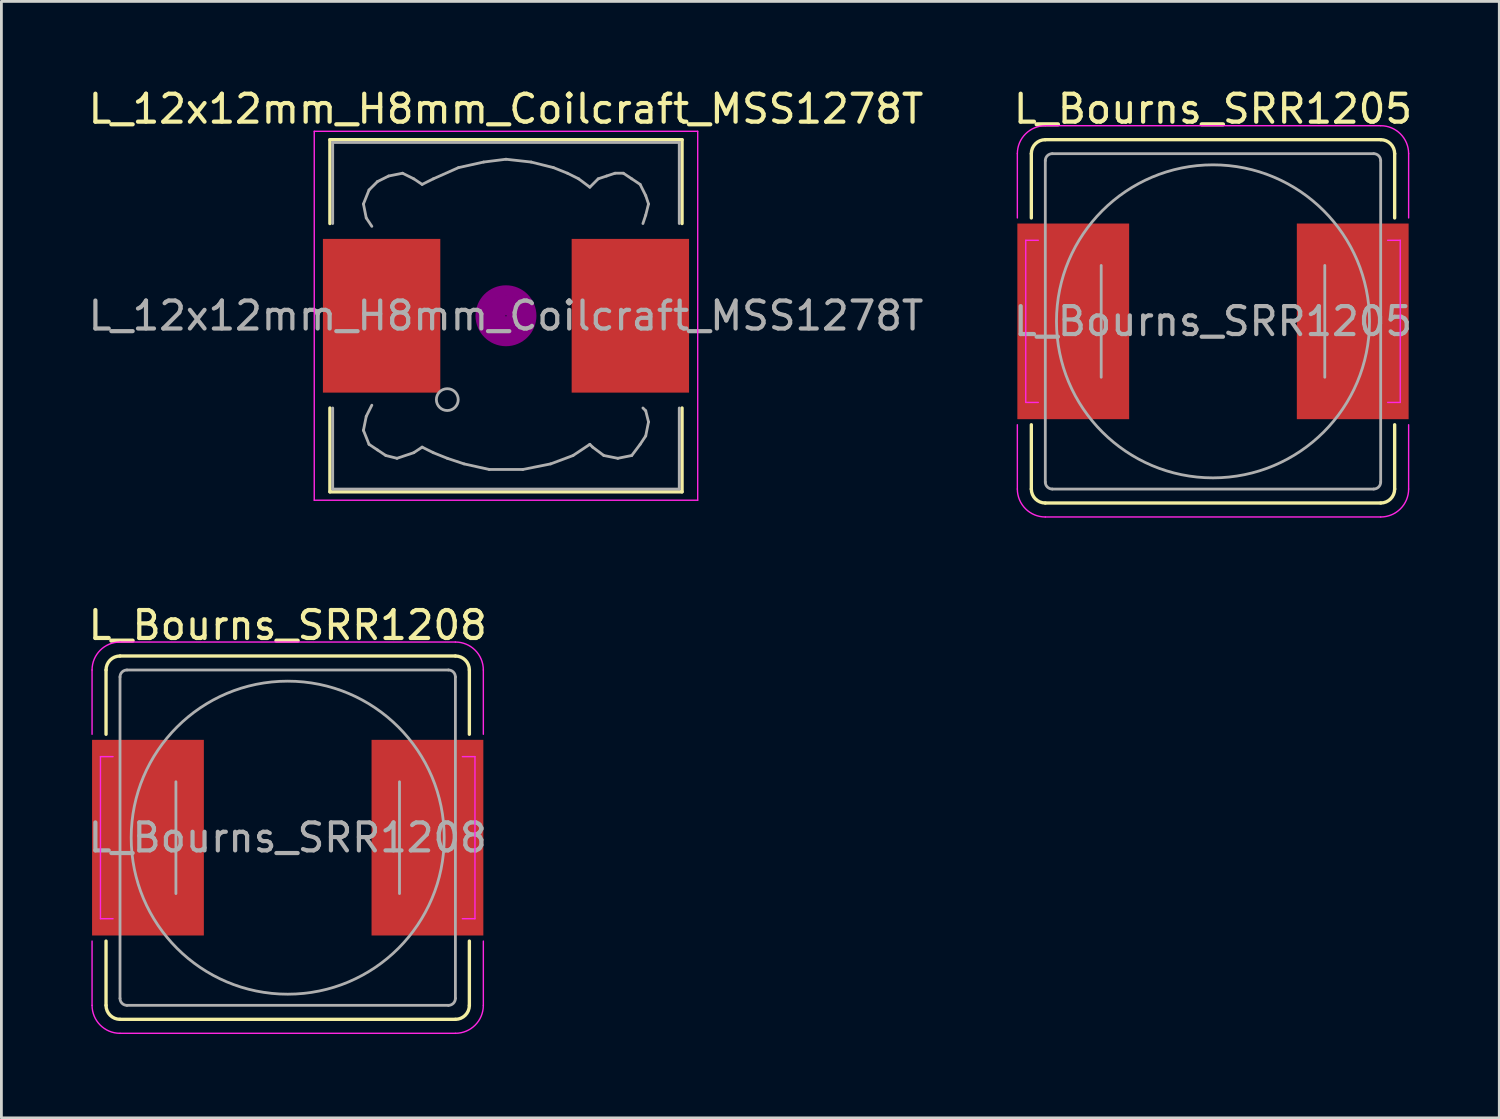
<source format=kicad_pcb>
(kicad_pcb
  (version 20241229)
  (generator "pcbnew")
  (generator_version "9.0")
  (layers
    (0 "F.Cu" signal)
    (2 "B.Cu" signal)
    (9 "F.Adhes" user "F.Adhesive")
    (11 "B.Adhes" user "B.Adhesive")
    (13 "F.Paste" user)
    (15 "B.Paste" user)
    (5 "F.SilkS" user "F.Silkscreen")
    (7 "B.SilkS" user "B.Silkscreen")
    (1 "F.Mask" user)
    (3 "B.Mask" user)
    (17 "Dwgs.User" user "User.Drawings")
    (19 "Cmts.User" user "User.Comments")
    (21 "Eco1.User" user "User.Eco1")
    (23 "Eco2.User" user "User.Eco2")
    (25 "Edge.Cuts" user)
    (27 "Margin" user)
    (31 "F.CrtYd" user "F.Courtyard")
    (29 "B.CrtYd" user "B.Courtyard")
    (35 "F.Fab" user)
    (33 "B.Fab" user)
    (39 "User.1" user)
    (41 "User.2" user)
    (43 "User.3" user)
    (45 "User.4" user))
  (footprint "L_Bourns_SRR1205"
    (layer "F.Cu")
    (at 40.351 8.448)
    (property "Reference" "L_Bourns_SRR1205" (at 0 -7.6 0) (layer "F.SilkS") (effects (font (size 1 1) (thickness 0.15))))
    (attr smd)
    (fp_line (start -6.5 -6) (end -6.5 -3.7) (stroke (width 0.12) (type solid)) (layer "F.SilkS"))
    (fp_line (start -6.5 3.7) (end -6.5 6) (stroke (width 0.12) (type solid)) (layer "F.SilkS"))
    (fp_line (start -6 -6.5) (end 6 -6.5) (stroke (width 0.12) (type solid)) (layer "F.SilkS"))
    (fp_line (start 6 6.5) (end -6 6.5) (stroke (width 0.12) (type solid)) (layer "F.SilkS"))
    (fp_line (start 6.5 -6) (end 6.5 -3.7) (stroke (width 0.12) (type solid)) (layer "F.SilkS"))
    (fp_line (start 6.5 3.7) (end 6.5 6) (stroke (width 0.12) (type solid)) (layer "F.SilkS"))
    (fp_arc (start -6.5 -6) (mid -6.353553 -6.353553) (end -6 -6.5) (stroke (width 0.12) (type solid)) (layer "F.SilkS"))
    (fp_arc (start -6 6.5) (mid -6.353553 6.353553) (end -6.5 6) (stroke (width 0.12) (type solid)) (layer "F.SilkS"))
    (fp_arc (start 6 -6.5) (mid 6.353553 -6.353553) (end 6.5 -6) (stroke (width 0.12) (type solid)) (layer "F.SilkS"))
    (fp_arc (start 6.5 6) (mid 6.353553 6.353553) (end 6 6.5) (stroke (width 0.12) (type solid)) (layer "F.SilkS"))
    (fp_line (start -7 -6) (end -7 -3.7) (stroke (width 0.05) (type solid)) (layer "F.CrtYd"))
    (fp_line (start -7 6) (end -7 3.7) (stroke (width 0.05) (type solid)) (layer "F.CrtYd"))
    (fp_line (start -6.7 -2.9) (end -6.7 2.9) (stroke (width 0.05) (type solid)) (layer "F.CrtYd"))
    (fp_line (start -6.7 -2.9) (end -6.25 -2.9) (stroke (width 0.05) (type solid)) (layer "F.CrtYd"))
    (fp_line (start -6.25 2.9) (end -6.7 2.9) (stroke (width 0.05) (type solid)) (layer "F.CrtYd"))
    (fp_line (start -6 -7) (end 6 -7) (stroke (width 0.05) (type solid)) (layer "F.CrtYd"))
    (fp_line (start 6 7) (end -6 7) (stroke (width 0.05) (type solid)) (layer "F.CrtYd"))
    (fp_line (start 6.7 -2.9) (end 6.25 -2.9) (stroke (width 0.05) (type solid)) (layer "F.CrtYd"))
    (fp_line (start 6.7 -2.9) (end 6.7 2.9) (stroke (width 0.05) (type solid)) (layer "F.CrtYd"))
    (fp_line (start 6.7 2.9) (end 6.25 2.9) (stroke (width 0.05) (type solid)) (layer "F.CrtYd"))
    (fp_line (start 7 -6) (end 7 -3.7) (stroke (width 0.05) (type solid)) (layer "F.CrtYd"))
    (fp_line (start 7 3.7) (end 7 6) (stroke (width 0.05) (type solid)) (layer "F.CrtYd"))
    (fp_arc (start -7 -6) (mid -6.707107 -6.707107) (end -6 -7) (stroke (width 0.05) (type solid)) (layer "F.CrtYd"))
    (fp_arc (start -6 7) (mid -6.707107 6.707107) (end -7 6) (stroke (width 0.05) (type solid)) (layer "F.CrtYd"))
    (fp_arc (start 6 -7) (mid 6.707107 -6.707107) (end 7 -6) (stroke (width 0.05) (type solid)) (layer "F.CrtYd"))
    (fp_arc (start 7 6) (mid 6.707107 6.707107) (end 6 7) (stroke (width 0.05) (type solid)) (layer "F.CrtYd"))
    (fp_line (start -6 -5.75) (end -6 5.75) (stroke (width 0.1) (type solid)) (layer "F.Fab"))
    (fp_line (start -5.75 -6) (end 5.75 -6) (stroke (width 0.1) (type solid)) (layer "F.Fab"))
    (fp_line (start -4 2) (end -4 -2) (stroke (width 0.1) (type solid)) (layer "F.Fab"))
    (fp_line (start 4 -2) (end 4 2) (stroke (width 0.1) (type solid)) (layer "F.Fab"))
    (fp_line (start 5.75 6) (end -5.75 6) (stroke (width 0.1) (type solid)) (layer "F.Fab"))
    (fp_line (start 6 -5.75) (end 6 5.75) (stroke (width 0.1) (type solid)) (layer "F.Fab"))
    (fp_arc (start -6 -5.75) (mid -5.926777 -5.926777) (end -5.75 -6) (stroke (width 0.1) (type solid)) (layer "F.Fab"))
    (fp_arc (start -5.75 6) (mid -5.926777 5.926777) (end -6 5.75) (stroke (width 0.1) (type solid)) (layer "F.Fab"))
    (fp_arc (start 5.75 -6) (mid 5.926777 -5.926777) (end 6 -5.75) (stroke (width 0.1) (type solid)) (layer "F.Fab"))
    (fp_arc (start 6 5.75) (mid 5.926777 5.926777) (end 5.75 6) (stroke (width 0.1) (type solid)) (layer "F.Fab"))
    (fp_circle (center 0 0) (end 0 -5.6) (stroke (width 0.1) (type solid)) (fill no) (layer "F.Fab"))
    (fp_text user "${REFERENCE}" (at 0 0 0) (layer "F.Fab") (effects (font (size 1 1) (thickness 0.15))))
    (pad "1" smd rect (at -5 0) (size 4 7) (layers "F.Cu" "F.Mask" "F.Paste"))
    (pad "2" smd rect (at 5 0) (size 4 7) (layers "F.Cu" "F.Mask" "F.Paste")))
  (footprint "L_12x12mm_H8mm_Coilcraft_MSS1278T"
    (layer "F.Cu")
    (at 15.054 8.248)
    (property "Reference" "L_12x12mm_H8mm_Coilcraft_MSS1278T" (at 0 -7.4 0) (layer "F.SilkS") (effects (font (size 1 1) (thickness 0.15))))
    (attr smd)
    (fp_line (start -6.3 -6.3) (end 6.3 -6.3) (stroke (width 0.12) (type solid)) (layer "F.SilkS"))
    (fp_line (start -6.3 -3.3) (end -6.3 -6.3) (stroke (width 0.12) (type solid)) (layer "F.SilkS"))
    (fp_line (start -6.3 6.3) (end -6.3 3.3) (stroke (width 0.12) (type solid)) (layer "F.SilkS"))
    (fp_line (start 6.3 -6.3) (end 6.3 -3.3) (stroke (width 0.12) (type solid)) (layer "F.SilkS"))
    (fp_line (start 6.3 3.3) (end 6.3 6.3) (stroke (width 0.12) (type solid)) (layer "F.SilkS"))
    (fp_line (start 6.3 6.3) (end -6.3 6.3) (stroke (width 0.12) (type solid)) (layer "F.SilkS"))
    (fp_circle (center 0 0) (end 0.15 0.15) (stroke (width 0.38) (type solid)) (fill no) (layer "F.Adhes"))
    (fp_circle (center 0 0) (end 0.55 0) (stroke (width 0.38) (type solid)) (fill no) (layer "F.Adhes"))
    (fp_circle (center 0 0) (end 0.9 0) (stroke (width 0.38) (type solid)) (fill no) (layer "F.Adhes"))
    (fp_line (start -6.86 -6.6) (end 6.86 -6.6) (stroke (width 0.05) (type solid)) (layer "F.CrtYd"))
    (fp_line (start -6.86 6.6) (end -6.86 -6.6) (stroke (width 0.05) (type solid)) (layer "F.CrtYd"))
    (fp_line (start 6.86 -6.6) (end 6.86 6.6) (stroke (width 0.05) (type solid)) (layer "F.CrtYd"))
    (fp_line (start 6.86 6.6) (end -6.86 6.6) (stroke (width 0.05) (type solid)) (layer "F.CrtYd"))
    (fp_line (start -6.2 -6.2) (end -6.2 -3.3) (stroke (width 0.1) (type solid)) (layer "F.Fab"))
    (fp_line (start -6.2 3.3) (end -6.2 6.2) (stroke (width 0.1) (type solid)) (layer "F.Fab"))
    (fp_line (start -6.2 6.2) (end 6.2 6.2) (stroke (width 0.1) (type solid)) (layer "F.Fab"))
    (fp_line (start -5.1 -4) (end -5 -3.5) (stroke (width 0.1) (type solid)) (layer "F.Fab"))
    (fp_line (start -5.1 4.1) (end -5 3.6) (stroke (width 0.1) (type solid)) (layer "F.Fab"))
    (fp_line (start -5 -3.5) (end -4.8 -3.2) (stroke (width 0.1) (type solid)) (layer "F.Fab"))
    (fp_line (start -5 3.6) (end -4.8 3.2) (stroke (width 0.1) (type solid)) (layer "F.Fab"))
    (fp_line (start -4.9 -4.5) (end -5.1 -4) (stroke (width 0.1) (type solid)) (layer "F.Fab"))
    (fp_line (start -4.9 4.6) (end -5.1 4.1) (stroke (width 0.1) (type solid)) (layer "F.Fab"))
    (fp_line (start -4.6 -4.8) (end -4.9 -4.5) (stroke (width 0.1) (type solid)) (layer "F.Fab"))
    (fp_line (start -4.6 4.8) (end -4.9 4.6) (stroke (width 0.1) (type solid)) (layer "F.Fab"))
    (fp_line (start -4.3 5) (end -4.6 4.8) (stroke (width 0.1) (type solid)) (layer "F.Fab"))
    (fp_line (start -4.2 -5) (end -4.6 -4.8) (stroke (width 0.1) (type solid)) (layer "F.Fab"))
    (fp_line (start -3.9 5.1) (end -4.3 5) (stroke (width 0.1) (type solid)) (layer "F.Fab"))
    (fp_line (start -3.7 -5.1) (end -4.2 -5) (stroke (width 0.1) (type solid)) (layer "F.Fab"))
    (fp_line (start -3.3 -4.9) (end -3.7 -5.1) (stroke (width 0.1) (type solid)) (layer "F.Fab"))
    (fp_line (start -3.3 4.9) (end -3.9 5.1) (stroke (width 0.1) (type solid)) (layer "F.Fab"))
    (fp_line (start -3 -4.7) (end -3.3 -4.9) (stroke (width 0.1) (type solid)) (layer "F.Fab"))
    (fp_line (start -3 4.7) (end -3.3 4.9) (stroke (width 0.1) (type solid)) (layer "F.Fab"))
    (fp_line (start -2.6 -4.9) (end -3 -4.7) (stroke (width 0.1) (type solid)) (layer "F.Fab"))
    (fp_line (start -2.6 4.9) (end -3 4.7) (stroke (width 0.1) (type solid)) (layer "F.Fab"))
    (fp_line (start -2.1 5.1) (end -2.6 4.9) (stroke (width 0.1) (type solid)) (layer "F.Fab"))
    (fp_line (start -1.7 -5.3) (end -2.6 -4.9) (stroke (width 0.1) (type solid)) (layer "F.Fab"))
    (fp_line (start -1.5 5.3) (end -2.1 5.1) (stroke (width 0.1) (type solid)) (layer "F.Fab"))
    (fp_line (start -0.8 -5.5) (end -1.7 -5.3) (stroke (width 0.1) (type solid)) (layer "F.Fab"))
    (fp_line (start -0.6 5.5) (end -1.5 5.3) (stroke (width 0.1) (type solid)) (layer "F.Fab"))
    (fp_line (start 0 -5.6) (end -0.8 -5.5) (stroke (width 0.1) (type solid)) (layer "F.Fab"))
    (fp_line (start 0.6 5.5) (end -0.6 5.5) (stroke (width 0.1) (type solid)) (layer "F.Fab"))
    (fp_line (start 0.9 -5.5) (end 0 -5.6) (stroke (width 0.1) (type solid)) (layer "F.Fab"))
    (fp_line (start 1.6 5.3) (end 0.6 5.5) (stroke (width 0.1) (type solid)) (layer "F.Fab"))
    (fp_line (start 1.7 -5.3) (end 0.9 -5.5) (stroke (width 0.1) (type solid)) (layer "F.Fab"))
    (fp_line (start 2.2 -5.1) (end 1.7 -5.3) (stroke (width 0.1) (type solid)) (layer "F.Fab"))
    (fp_line (start 2.4 5) (end 1.6 5.3) (stroke (width 0.1) (type solid)) (layer "F.Fab"))
    (fp_line (start 2.6 -4.9) (end 2.2 -5.1) (stroke (width 0.1) (type solid)) (layer "F.Fab"))
    (fp_line (start 3 -4.6) (end 2.6 -4.9) (stroke (width 0.1) (type solid)) (layer "F.Fab"))
    (fp_line (start 3 4.6) (end 2.4 5) (stroke (width 0.1) (type solid)) (layer "F.Fab"))
    (fp_line (start 3.1 4.7) (end 3 4.6) (stroke (width 0.1) (type solid)) (layer "F.Fab"))
    (fp_line (start 3.3 -4.9) (end 3 -4.6) (stroke (width 0.1) (type solid)) (layer "F.Fab"))
    (fp_line (start 3.5 5) (end 3.1 4.7) (stroke (width 0.1) (type solid)) (layer "F.Fab"))
    (fp_line (start 3.6 -5) (end 3.3 -4.9) (stroke (width 0.1) (type solid)) (layer "F.Fab"))
    (fp_line (start 3.9 -5.1) (end 3.6 -5) (stroke (width 0.1) (type solid)) (layer "F.Fab"))
    (fp_line (start 4 5.1) (end 3.5 5) (stroke (width 0.1) (type solid)) (layer "F.Fab"))
    (fp_line (start 4.2 -5.1) (end 3.9 -5.1) (stroke (width 0.1) (type solid)) (layer "F.Fab"))
    (fp_line (start 4.5 -4.9) (end 4.2 -5.1) (stroke (width 0.1) (type solid)) (layer "F.Fab"))
    (fp_line (start 4.5 5) (end 4 5.1) (stroke (width 0.1) (type solid)) (layer "F.Fab"))
    (fp_line (start 4.8 -4.7) (end 4.5 -4.9) (stroke (width 0.1) (type solid)) (layer "F.Fab"))
    (fp_line (start 4.8 4.6) (end 4.5 5) (stroke (width 0.1) (type solid)) (layer "F.Fab"))
    (fp_line (start 4.9 -3.3) (end 5 -3.6) (stroke (width 0.1) (type solid)) (layer "F.Fab"))
    (fp_line (start 4.9 3.3) (end 5 3.4) (stroke (width 0.1) (type solid)) (layer "F.Fab"))
    (fp_line (start 5 -4.3) (end 4.8 -4.7) (stroke (width 0.1) (type solid)) (layer "F.Fab"))
    (fp_line (start 5 -3.6) (end 5.1 -4) (stroke (width 0.1) (type solid)) (layer "F.Fab"))
    (fp_line (start 5 3.4) (end 5.1 3.8) (stroke (width 0.1) (type solid)) (layer "F.Fab"))
    (fp_line (start 5 4.3) (end 4.8 4.6) (stroke (width 0.1) (type solid)) (layer "F.Fab"))
    (fp_line (start 5.1 -4) (end 5 -4.3) (stroke (width 0.1) (type solid)) (layer "F.Fab"))
    (fp_line (start 5.1 3.8) (end 5 4.3) (stroke (width 0.1) (type solid)) (layer "F.Fab"))
    (fp_line (start 6.2 -6.2) (end -6.2 -6.2) (stroke (width 0.1) (type solid)) (layer "F.Fab"))
    (fp_line (start 6.2 -6.2) (end 6.2 -3.3) (stroke (width 0.1) (type solid)) (layer "F.Fab"))
    (fp_line (start 6.2 6.2) (end 6.2 3.3) (stroke (width 0.1) (type solid)) (layer "F.Fab"))
    (fp_circle (center -2.1 3) (end -1.8 3.25) (stroke (width 0.1) (type solid)) (fill no) (layer "F.Fab"))
    (fp_text user "${REFERENCE}" (at 0 0 0) (layer "F.Fab") (effects (font (size 1 1) (thickness 0.15))))
    (pad "1" smd rect (at -4.45 0) (size 4.2 5.5) (layers "F.Cu" "F.Mask" "F.Paste"))
    (pad "2" smd rect (at 4.45 0) (size 4.2 5.5) (layers "F.Cu" "F.Mask" "F.Paste")))
  (footprint "L_Bourns_SRR1208"
    (layer "F.Cu")
    (at 7.244 26.922)
    (property "Reference" "L_Bourns_SRR1208" (at 0 -7.6 0) (layer "F.SilkS") (effects (font (size 1 1) (thickness 0.15))))
    (attr smd)
    (fp_line (start -6.5 -6) (end -6.5 -3.7) (stroke (width 0.12) (type solid)) (layer "F.SilkS"))
    (fp_line (start -6.5 3.7) (end -6.5 6) (stroke (width 0.12) (type solid)) (layer "F.SilkS"))
    (fp_line (start -6 -6.5) (end 6 -6.5) (stroke (width 0.12) (type solid)) (layer "F.SilkS"))
    (fp_line (start 6 6.5) (end -6 6.5) (stroke (width 0.12) (type solid)) (layer "F.SilkS"))
    (fp_line (start 6.5 -6) (end 6.5 -3.7) (stroke (width 0.12) (type solid)) (layer "F.SilkS"))
    (fp_line (start 6.5 3.7) (end 6.5 6) (stroke (width 0.12) (type solid)) (layer "F.SilkS"))
    (fp_arc (start -6.5 -6) (mid -6.353553 -6.353553) (end -6 -6.5) (stroke (width 0.12) (type solid)) (layer "F.SilkS"))
    (fp_arc (start -6 6.5) (mid -6.353553 6.353553) (end -6.5 6) (stroke (width 0.12) (type solid)) (layer "F.SilkS"))
    (fp_arc (start 6 -6.5) (mid 6.353553 -6.353553) (end 6.5 -6) (stroke (width 0.12) (type solid)) (layer "F.SilkS"))
    (fp_arc (start 6.5 6) (mid 6.353553 6.353553) (end 6 6.5) (stroke (width 0.12) (type solid)) (layer "F.SilkS"))
    (fp_line (start -7 -6) (end -7 -3.7) (stroke (width 0.05) (type solid)) (layer "F.CrtYd"))
    (fp_line (start -7 6) (end -7 3.7) (stroke (width 0.05) (type solid)) (layer "F.CrtYd"))
    (fp_line (start -6.7 -2.9) (end -6.7 2.9) (stroke (width 0.05) (type solid)) (layer "F.CrtYd"))
    (fp_line (start -6.7 -2.9) (end -6.25 -2.9) (stroke (width 0.05) (type solid)) (layer "F.CrtYd"))
    (fp_line (start -6.25 2.9) (end -6.7 2.9) (stroke (width 0.05) (type solid)) (layer "F.CrtYd"))
    (fp_line (start -6 -7) (end 6 -7) (stroke (width 0.05) (type solid)) (layer "F.CrtYd"))
    (fp_line (start 6 7) (end -6 7) (stroke (width 0.05) (type solid)) (layer "F.CrtYd"))
    (fp_line (start 6.7 -2.9) (end 6.25 -2.9) (stroke (width 0.05) (type solid)) (layer "F.CrtYd"))
    (fp_line (start 6.7 -2.9) (end 6.7 2.9) (stroke (width 0.05) (type solid)) (layer "F.CrtYd"))
    (fp_line (start 6.7 2.9) (end 6.25 2.9) (stroke (width 0.05) (type solid)) (layer "F.CrtYd"))
    (fp_line (start 7 -6) (end 7 -3.7) (stroke (width 0.05) (type solid)) (layer "F.CrtYd"))
    (fp_line (start 7 3.7) (end 7 6) (stroke (width 0.05) (type solid)) (layer "F.CrtYd"))
    (fp_arc (start -7 -6) (mid -6.707107 -6.707107) (end -6 -7) (stroke (width 0.05) (type solid)) (layer "F.CrtYd"))
    (fp_arc (start -6 7) (mid -6.707107 6.707107) (end -7 6) (stroke (width 0.05) (type solid)) (layer "F.CrtYd"))
    (fp_arc (start 6 -7) (mid 6.707107 -6.707107) (end 7 -6) (stroke (width 0.05) (type solid)) (layer "F.CrtYd"))
    (fp_arc (start 7 6) (mid 6.707107 6.707107) (end 6 7) (stroke (width 0.05) (type solid)) (layer "F.CrtYd"))
    (fp_line (start -6 -5.75) (end -6 5.75) (stroke (width 0.1) (type solid)) (layer "F.Fab"))
    (fp_line (start -5.75 -6) (end 5.75 -6) (stroke (width 0.1) (type solid)) (layer "F.Fab"))
    (fp_line (start -4 2) (end -4 -2) (stroke (width 0.1) (type solid)) (layer "F.Fab"))
    (fp_line (start 4 -2) (end 4 2) (stroke (width 0.1) (type solid)) (layer "F.Fab"))
    (fp_line (start 5.75 6) (end -5.75 6) (stroke (width 0.1) (type solid)) (layer "F.Fab"))
    (fp_line (start 6 -5.75) (end 6 5.75) (stroke (width 0.1) (type solid)) (layer "F.Fab"))
    (fp_arc (start -6 -5.75) (mid -5.926777 -5.926777) (end -5.75 -6) (stroke (width 0.1) (type solid)) (layer "F.Fab"))
    (fp_arc (start -5.75 6) (mid -5.926777 5.926777) (end -6 5.75) (stroke (width 0.1) (type solid)) (layer "F.Fab"))
    (fp_arc (start 5.75 -6) (mid 5.926777 -5.926777) (end 6 -5.75) (stroke (width 0.1) (type solid)) (layer "F.Fab"))
    (fp_arc (start 6 5.75) (mid 5.926777 5.926777) (end 5.75 6) (stroke (width 0.1) (type solid)) (layer "F.Fab"))
    (fp_circle (center 0 0) (end 0 -5.6) (stroke (width 0.1) (type solid)) (fill no) (layer "F.Fab"))
    (fp_text user "${REFERENCE}" (at 0 0 0) (layer "F.Fab") (effects (font (size 1 1) (thickness 0.15))))
    (pad "1" smd rect (at -5 0) (size 4 7) (layers "F.Cu" "F.Mask" "F.Paste"))
    (pad "2" smd rect (at 5 0) (size 4 7) (layers "F.Cu" "F.Mask" "F.Paste")))
  (gr_rect
    (start -3 -3)
    (end 50.595 36.947)
    (stroke (width 0.1) (type default))
    (fill no)
    (layer "Edge.Cuts")))
</source>
